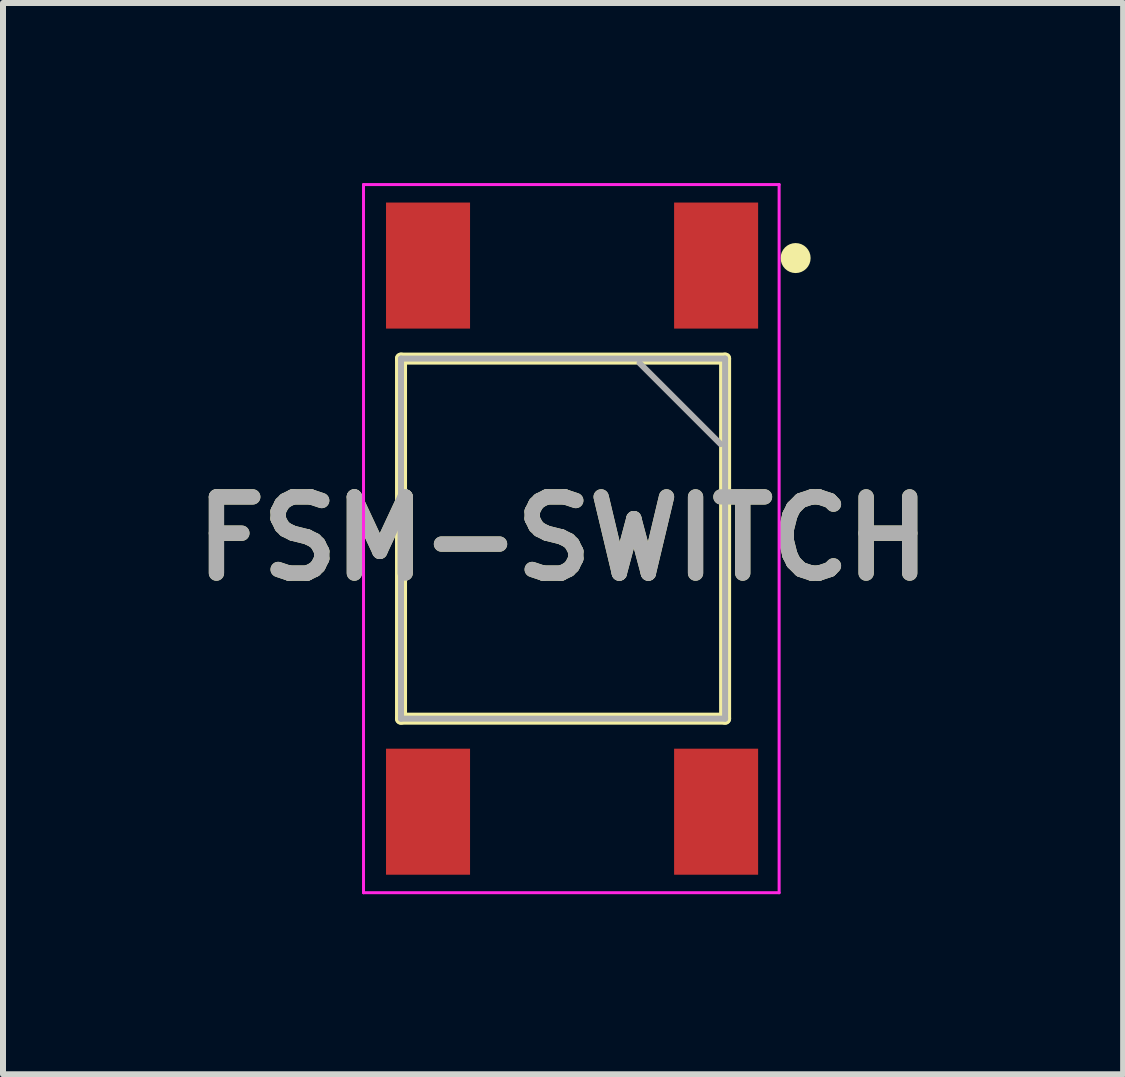
<source format=kicad_pcb>
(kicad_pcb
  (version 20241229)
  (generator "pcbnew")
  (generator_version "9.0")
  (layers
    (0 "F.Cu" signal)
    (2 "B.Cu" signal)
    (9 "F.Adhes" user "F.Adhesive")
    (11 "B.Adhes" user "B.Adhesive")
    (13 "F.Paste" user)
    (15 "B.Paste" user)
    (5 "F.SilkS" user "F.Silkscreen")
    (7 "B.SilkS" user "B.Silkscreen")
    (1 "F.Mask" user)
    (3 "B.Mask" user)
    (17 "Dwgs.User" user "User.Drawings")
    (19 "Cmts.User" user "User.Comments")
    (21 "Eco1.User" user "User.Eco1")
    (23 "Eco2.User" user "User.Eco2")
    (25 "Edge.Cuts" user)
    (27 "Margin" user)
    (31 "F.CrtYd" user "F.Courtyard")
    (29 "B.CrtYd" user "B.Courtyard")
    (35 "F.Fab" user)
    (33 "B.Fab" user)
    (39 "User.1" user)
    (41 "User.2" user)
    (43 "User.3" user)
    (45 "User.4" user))
  (footprint "FSM-SWITCH"
    (layer "F.Cu")
    (at 6.332 5.925)
    (property "Reference" "FSM-SWITCH" (at 0 0 0) (layer "F.SilkS") (effects (font (size 1.27 1.27) (thickness 0.254))))
    (attr smd)
    (fp_line (start -2.7 -3) (end 2.7 -3) (stroke (width 0.2) (type solid)) (layer "F.SilkS"))
    (fp_line (start -2.7 3) (end -2.7 -3) (stroke (width 0.2) (type solid)) (layer "F.SilkS"))
    (fp_line (start 2.7 -3) (end 2.7 3) (stroke (width 0.2) (type solid)) (layer "F.SilkS"))
    (fp_line (start 2.7 3) (end -2.7 3) (stroke (width 0.2) (type solid)) (layer "F.SilkS"))
    (fp_circle (center 3.875 -4.675) (end 3.875 -4.55) (stroke (width 0.25) (type solid)) (fill no) (layer "F.SilkS"))
    (fp_line (start -3.325 -5.9) (end 3.6 -5.9) (stroke (width 0.05) (type solid)) (layer "F.CrtYd"))
    (fp_line (start -3.325 5.9) (end -3.325 -5.9) (stroke (width 0.05) (type solid)) (layer "F.CrtYd"))
    (fp_line (start 3.6 -5.9) (end 3.6 5.9) (stroke (width 0.05) (type solid)) (layer "F.CrtYd"))
    (fp_line (start 3.6 5.9) (end -3.325 5.9) (stroke (width 0.05) (type solid)) (layer "F.CrtYd"))
    (fp_line (start -2.7 -3) (end 2.7 -3) (stroke (width 0.1) (type solid)) (layer "F.Fab"))
    (fp_line (start -2.7 3) (end -2.7 -3) (stroke (width 0.1) (type solid)) (layer "F.Fab"))
    (fp_line (start 2.625 -1.575) (end 1.275 -2.925) (stroke (width 0.1) (type solid)) (layer "F.Fab"))
    (fp_line (start 2.7 -3) (end 2.7 3) (stroke (width 0.1) (type solid)) (layer "F.Fab"))
    (fp_line (start 2.7 3) (end -2.7 3) (stroke (width 0.1) (type solid)) (layer "F.Fab"))
    (fp_text user "${REFERENCE}" (at 0 0 0) (layer "F.Fab") (effects (font (size 1.27 1.27) (thickness 0.254))))
    (pad "1" smd rect (at 2.55 -4.55) (size 1.4 2.1) (layers "F.Cu" "F.Mask" "F.Paste"))
    (pad "2" smd rect (at 2.55 4.55) (size 1.4 2.1) (layers "F.Cu" "F.Mask" "F.Paste"))
    (pad "3" smd rect (at -2.25 -4.55) (size 1.4 2.1) (layers "F.Cu" "F.Mask" "F.Paste"))
    (pad "4" smd rect (at -2.25 4.55) (size 1.4 2.1) (layers "F.Cu" "F.Mask" "F.Paste")))
  (gr_rect
    (start -3 -3)
    (end 15.664 14.85)
    (stroke (width 0.1) (type default))
    (fill no)
    (layer "Edge.Cuts")))
</source>
